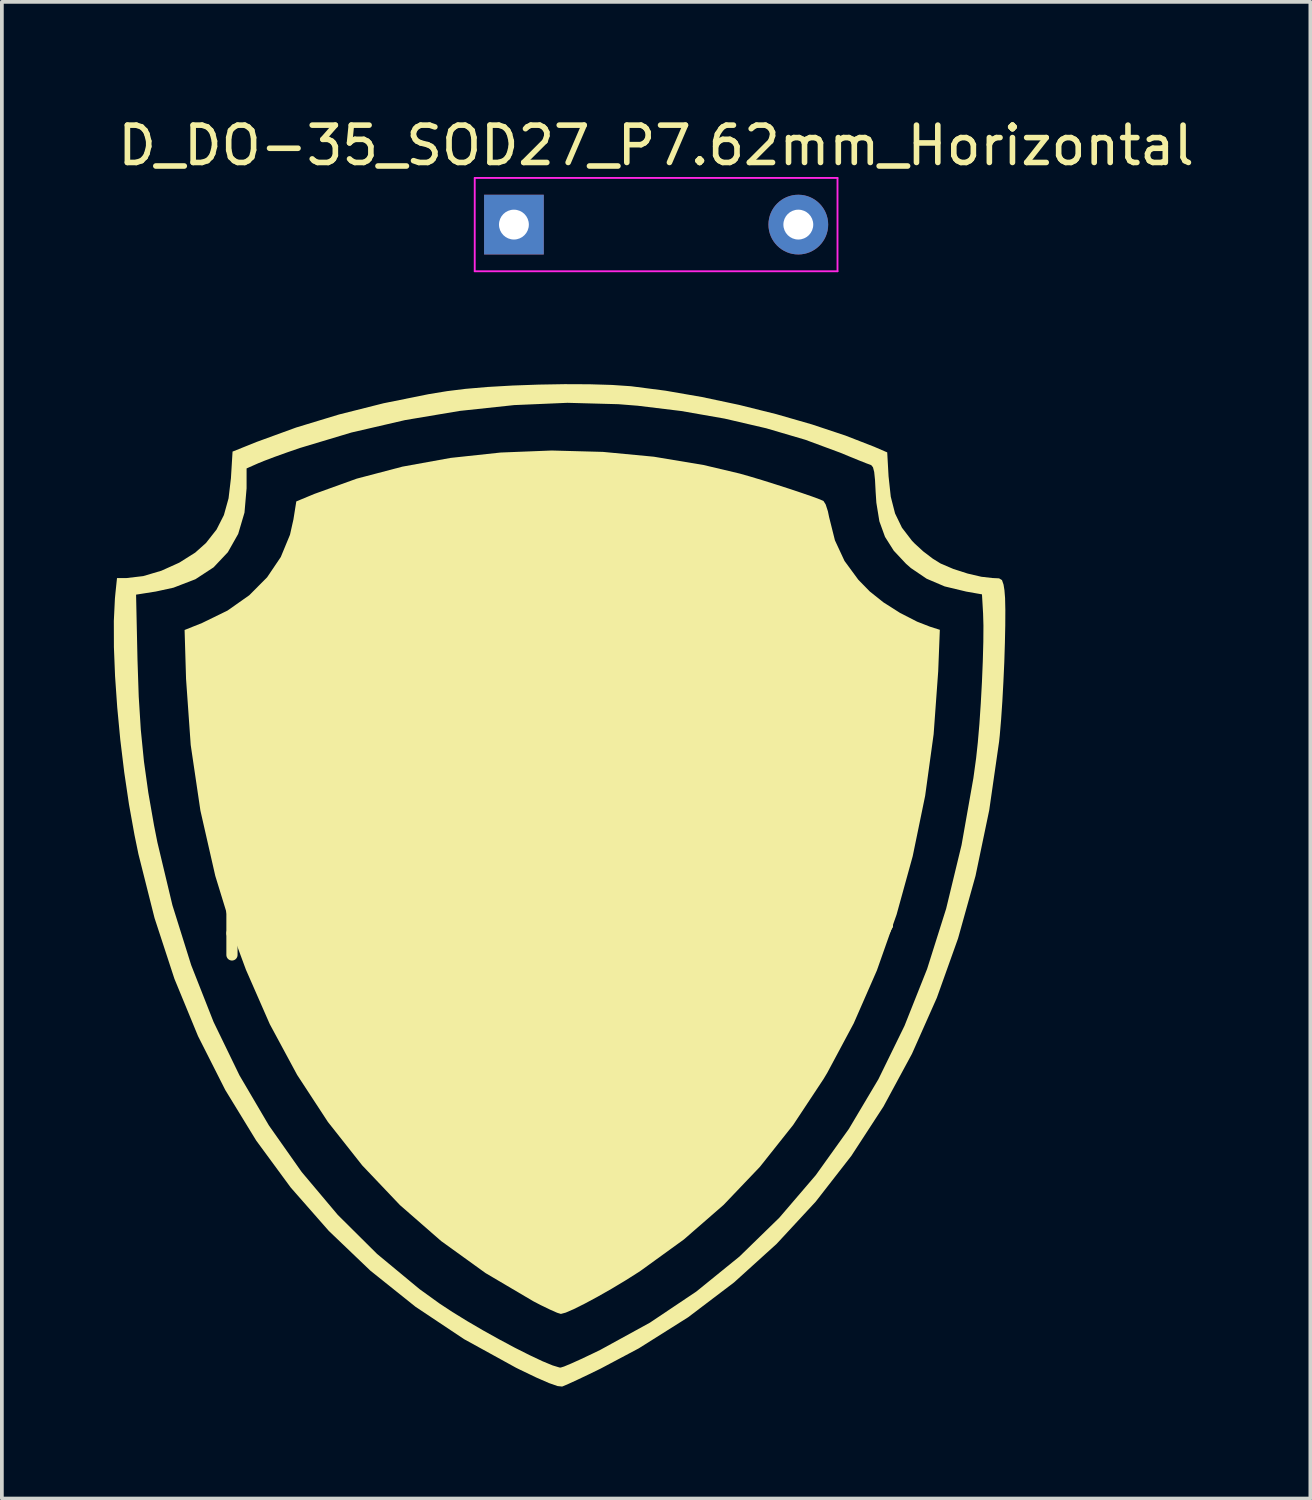
<source format=kicad_pcb>
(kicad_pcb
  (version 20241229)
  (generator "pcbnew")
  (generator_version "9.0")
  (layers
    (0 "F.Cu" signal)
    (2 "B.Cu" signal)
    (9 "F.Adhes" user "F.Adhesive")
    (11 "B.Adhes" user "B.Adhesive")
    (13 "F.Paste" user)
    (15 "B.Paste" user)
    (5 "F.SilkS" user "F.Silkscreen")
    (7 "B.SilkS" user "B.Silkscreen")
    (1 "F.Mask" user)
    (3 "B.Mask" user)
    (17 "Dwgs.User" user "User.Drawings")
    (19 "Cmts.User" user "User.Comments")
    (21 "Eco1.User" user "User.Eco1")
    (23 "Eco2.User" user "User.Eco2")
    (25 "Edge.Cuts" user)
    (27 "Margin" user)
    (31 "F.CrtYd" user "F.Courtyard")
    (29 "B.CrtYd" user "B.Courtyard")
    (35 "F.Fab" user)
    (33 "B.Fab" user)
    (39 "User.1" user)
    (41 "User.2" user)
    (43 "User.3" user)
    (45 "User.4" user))
  (footprint "pp-empty-logo"
    (layer "F.Cu")
    (at 11.91 21.339)
    (property "Reference" "pp-empty-logo" (at 0 0 0) (layer "F.SilkS") (effects (font (size 1.524 1.524) (thickness 0.3))))
    (attr board_only exclude_from_pos_files exclude_from_bom)
    (fp_poly (pts (xy 1.196 -12.281) (xy 2.558 -12.152) (xy 3.89 -11.93) (xy 4.861 -11.7) (xy 5.135 -11.622) (xy 5.465 -11.523) (xy 5.824 -11.41) (xy 6.185 -11.294) (xy 6.52 -11.182) (xy 6.804 -11.084) (xy 7.009 -11.008) (xy 7.105 -10.965) (xy 7.164 -10.871) (xy 7.223 -10.688) (xy 7.254 -10.538) (xy 7.411 -9.911) (xy 7.668 -9.359) (xy 8.038 -8.855) (xy 8.346 -8.54) (xy 8.713 -8.248) (xy 9.155 -7.967) (xy 9.614 -7.732) (xy 9.955 -7.599) (xy 10.222 -7.514) (xy 10.178 -6.401) (xy 10.056 -4.719) (xy 9.828 -3.064) (xy 9.495 -1.448) (xy 9.063 0.116) (xy 8.535 1.613) (xy 7.915 3.03) (xy 7.206 4.355) (xy 7.108 4.519) (xy 6.292 5.753) (xy 5.401 6.875) (xy 4.428 7.895) (xy 3.364 8.821) (xy 2.201 9.663) (xy 2.157 9.692) (xy 1.799 9.919) (xy 1.424 10.144) (xy 1.055 10.354) (xy 0.713 10.538) (xy 0.42 10.685) (xy 0.198 10.781) (xy 0.069 10.816) (xy 0.068 10.816) (xy -0.032 10.785) (xy -0.222 10.701) (xy -0.472 10.58) (xy -0.67 10.477) (xy -1.95 9.722) (xy -3.141 8.863) (xy -4.243 7.901) (xy -5.254 6.837) (xy -6.173 5.674) (xy -6.999 4.411) (xy -7.732 3.051) (xy -8.37 1.595) (xy -8.659 0.813) (xy -9.192 -0.922) (xy -9.59 -2.669) (xy -9.85 -4.428) (xy -9.975 -6.199) (xy -9.976 -6.236) (xy -10.014 -7.509) (xy -9.543 -7.698) (xy -8.863 -8.03) (xy -8.281 -8.44) (xy -7.803 -8.921) (xy -7.437 -9.464) (xy -7.19 -10.061) (xy -7.098 -10.471) (xy -7.021 -10.954) (xy -6.54 -11.154) (xy -5.402 -11.564) (xy -4.177 -11.886) (xy -2.885 -12.12) (xy -1.545 -12.264) (xy -0.179 -12.318)) (stroke (width 0) (type solid)) (fill yes) (layer "F.SilkS"))
    (fp_poly (pts (xy 0.838 -14.093) (xy 1.438 -14.075) (xy 1.938 -14.041) (xy 1.958 -14.039) (xy 2.871 -13.921) (xy 3.845 -13.752) (xy 4.846 -13.54) (xy 5.841 -13.292) (xy 6.799 -13.016) (xy 7.686 -12.721) (xy 8.47 -12.416) (xy 8.497 -12.404) (xy 8.812 -12.268) (xy 8.848 -11.628) (xy 8.907 -11.081) (xy 9.022 -10.632) (xy 9.207 -10.25) (xy 9.473 -9.903) (xy 9.543 -9.83) (xy 9.777 -9.615) (xy 10.036 -9.418) (xy 10.243 -9.29) (xy 10.582 -9.145) (xy 10.964 -9.022) (xy 11.336 -8.935) (xy 11.645 -8.9) (xy 11.662 -8.9) (xy 11.809 -8.893) (xy 11.887 -8.846) (xy 11.929 -8.724) (xy 11.953 -8.575) (xy 11.97 -8.365) (xy 11.977 -8.043) (xy 11.975 -7.633) (xy 11.965 -7.16) (xy 11.949 -6.647) (xy 11.925 -6.119) (xy 11.897 -5.602) (xy 11.864 -5.117) (xy 11.828 -4.691) (xy 11.81 -4.52) (xy 11.545 -2.68) (xy 11.178 -0.921) (xy 10.71 0.755) (xy 10.142 2.345) (xy 9.475 3.847) (xy 8.711 5.26) (xy 7.851 6.581) (xy 6.896 7.808) (xy 5.848 8.94) (xy 4.707 9.973) (xy 3.476 10.907) (xy 2.155 11.739) (xy 1.13 12.283) (xy 0.801 12.443) (xy 0.506 12.583) (xy 0.273 12.69) (xy 0.126 12.753) (xy 0.1 12.762) (xy -0.021 12.749) (xy -0.25 12.669) (xy -0.589 12.521) (xy -1.043 12.303) (xy -1.132 12.259) (xy -2.524 11.493) (xy -3.825 10.626) (xy -5.034 9.659) (xy -6.149 8.593) (xy -7.17 7.43) (xy -8.095 6.171) (xy -8.923 4.818) (xy -9.654 3.373) (xy -10.287 1.836) (xy -10.819 0.21) (xy -11.251 -1.505) (xy -11.357 -2.02) (xy -11.504 -2.837) (xy -11.631 -3.695) (xy -11.737 -4.569) (xy -11.819 -5.436) (xy -11.877 -6.271) (xy -11.908 -7.051) (xy -11.91 -7.752) (xy -11.881 -8.35) (xy -11.871 -8.456) (xy -11.314 -8.456) (xy -11.276 -6.71) (xy -11.243 -5.725) (xy -11.187 -4.832) (xy -11.103 -3.988) (xy -10.986 -3.15) (xy -10.833 -2.275) (xy -10.743 -1.82) (xy -10.34 -0.134) (xy -9.837 1.471) (xy -9.238 2.992) (xy -8.543 4.425) (xy -7.755 5.766) (xy -6.877 7.013) (xy -5.91 8.162) (xy -4.856 9.209) (xy -3.718 10.152) (xy -3.184 10.537) (xy -2.839 10.764) (xy -2.444 11.007) (xy -2.02 11.255) (xy -1.586 11.497) (xy -1.163 11.723) (xy -0.769 11.921) (xy -0.426 12.083) (xy -0.153 12.196) (xy 0.029 12.251) (xy 0.062 12.254) (xy 0.154 12.225) (xy 0.345 12.145) (xy 0.611 12.025) (xy 0.929 11.874) (xy 1.123 11.78) (xy 2.454 11.05) (xy 3.698 10.216) (xy 4.854 9.278) (xy 5.921 8.238) (xy 6.897 7.099) (xy 7.783 5.861) (xy 8.576 4.527) (xy 9.275 3.097) (xy 9.881 1.573) (xy 10.391 -0.042) (xy 10.804 -1.748) (xy 11.121 -3.542) (xy 11.194 -4.074) (xy 11.239 -4.491) (xy 11.282 -4.992) (xy 11.319 -5.543) (xy 11.35 -6.114) (xy 11.373 -6.673) (xy 11.387 -7.188) (xy 11.39 -7.628) (xy 11.381 -7.946) (xy 11.351 -8.464) (xy 10.93 -8.538) (xy 10.351 -8.677) (xy 9.868 -8.883) (xy 9.447 -9.168) (xy 9.319 -9.28) (xy 8.987 -9.634) (xy 8.753 -10.004) (xy 8.602 -10.421) (xy 8.521 -10.919) (xy 8.502 -11.205) (xy 8.485 -11.531) (xy 8.463 -11.743) (xy 8.431 -11.867) (xy 8.385 -11.925) (xy 8.362 -11.935) (xy 8.255 -11.974) (xy 8.053 -12.054) (xy 7.789 -12.162) (xy 7.565 -12.255) (xy 6.62 -12.605) (xy 5.573 -12.913) (xy 4.455 -13.173) (xy 3.295 -13.376) (xy 2.126 -13.518) (xy 1.609 -13.559) (xy 0.244 -13.596) (xy -1.183 -13.535) (xy -2.642 -13.379) (xy -4.106 -13.133) (xy -5.544 -12.8) (xy -6.926 -12.385) (xy -7.271 -12.266) (xy -7.6 -12.148) (xy -7.874 -12.044) (xy -8.039 -11.977) (xy -8.353 -11.838) (xy -8.353 -11.306) (xy -8.409 -10.655) (xy -8.578 -10.083) (xy -8.855 -9.593) (xy -9.238 -9.187) (xy -9.724 -8.869) (xy -10.311 -8.643) (xy -10.783 -8.54) (xy -11.314 -8.456) (xy -11.871 -8.456) (xy -11.869 -8.479) (xy -11.825 -8.9) (xy -11.575 -8.9) (xy -11.123 -8.953) (xy -10.636 -9.097) (xy -10.157 -9.313) (xy -9.73 -9.582) (xy -9.442 -9.839) (xy -9.158 -10.2) (xy -8.961 -10.588) (xy -8.836 -11.037) (xy -8.772 -11.579) (xy -8.771 -11.597) (xy -8.729 -12.289) (xy -8.079 -12.55) (xy -7.026 -12.934) (xy -5.881 -13.282) (xy -4.683 -13.584) (xy -3.474 -13.828) (xy -2.98 -13.909) (xy -2.487 -13.97) (xy -1.891 -14.021) (xy -1.227 -14.059) (xy -0.528 -14.084) (xy 0.171 -14.096)) (stroke (width 0) (type solid)) (fill yes) (layer "F.SilkS")))
  (footprint "D_DO-35_SOD27_P7.62mm_Horizontal"
    (layer "F.Cu")
    (at 10.72 2.968)
    (property "Reference" "D_DO-35_SOD27_P7.62mm_Horizontal" (at 3.81 -2.12 0) (layer "F.SilkS") (effects (font (size 1 1) (thickness 0.15))))
    (attr through_hole)
    (fp_line (start -1.05 -1.25) (end -1.05 1.25) (stroke (width 0.05) (type solid)) (layer "F.CrtYd"))
    (fp_line (start -1.05 1.25) (end 8.67 1.25) (stroke (width 0.05) (type solid)) (layer "F.CrtYd"))
    (fp_line (start 8.67 -1.25) (end -1.05 -1.25) (stroke (width 0.05) (type solid)) (layer "F.CrtYd"))
    (fp_line (start 8.67 1.25) (end 8.67 -1.25) (stroke (width 0.05) (type solid)) (layer "F.CrtYd"))
    (pad "" thru_hole rect (at 0 0) (size 1.6 1.6) (drill 0.8) (layers "*.Cu" "*.Mask"))
    (pad "" thru_hole oval (at 7.62 0) (size 1.6 1.6) (drill 0.8) (layers "*.Cu" "*.Mask")))
  (gr_rect
    (start -3 -3)
    (end 32.06 37.101)
    (stroke (width 0.1) (type default))
    (fill no)
    (layer "Edge.Cuts")))
</source>
